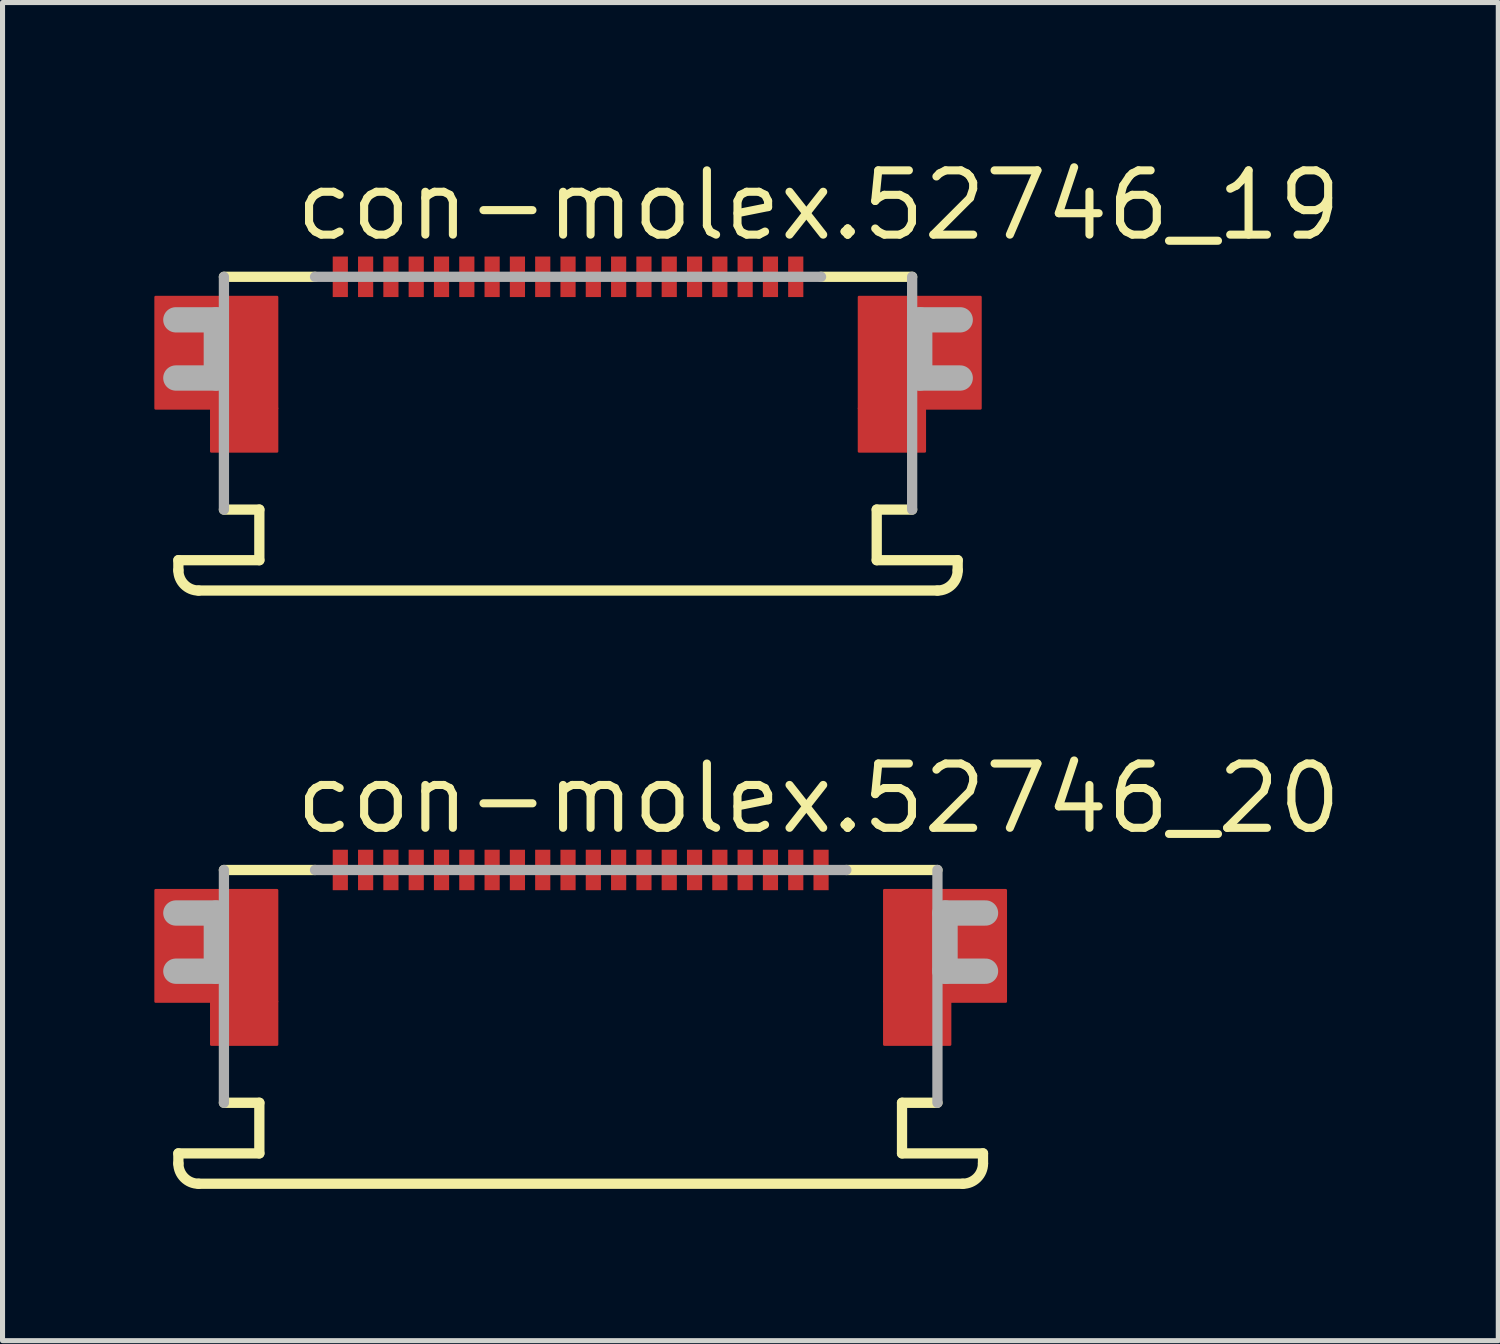
<source format=kicad_pcb>
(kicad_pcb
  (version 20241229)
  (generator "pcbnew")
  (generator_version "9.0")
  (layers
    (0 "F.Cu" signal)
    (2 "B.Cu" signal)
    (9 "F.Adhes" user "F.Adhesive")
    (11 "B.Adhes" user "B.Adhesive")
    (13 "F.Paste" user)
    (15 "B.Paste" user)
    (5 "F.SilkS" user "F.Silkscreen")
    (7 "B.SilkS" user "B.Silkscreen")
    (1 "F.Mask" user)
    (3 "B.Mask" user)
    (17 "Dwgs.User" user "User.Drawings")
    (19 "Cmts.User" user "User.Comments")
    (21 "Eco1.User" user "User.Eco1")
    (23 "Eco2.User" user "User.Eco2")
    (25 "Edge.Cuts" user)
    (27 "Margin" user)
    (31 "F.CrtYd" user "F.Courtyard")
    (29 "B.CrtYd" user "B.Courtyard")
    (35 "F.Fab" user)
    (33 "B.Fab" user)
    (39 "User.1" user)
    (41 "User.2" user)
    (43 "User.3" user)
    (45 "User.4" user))
  (footprint "con-molex.52746_19"
    (layer "F.Cu")
    (at 8.175 3.02)
    (property "Reference" "con-molex.52746_19" (at -5.465 -1.27 0) (layer "F.SilkS") (effects (font (size 1.27 1.27) (thickness 0.16)) (justify left bottom)))
    (attr smd)
    (fp_rect (start -8.15 2) (end -5.75 -0.2) (stroke (width 0.05) (type default)) (fill yes) (layer "F.Cu"))
    (fp_rect (start -7.05 2.85) (end -5.75 2) (stroke (width 0.05) (type default)) (fill yes) (layer "F.Cu"))
    (fp_rect (start 5.75 2) (end 8.15 -0.2) (stroke (width 0.05) (type default)) (fill yes) (layer "F.Cu"))
    (fp_rect (start 5.75 2.85) (end 7.05 2) (stroke (width 0.05) (type default)) (fill yes) (layer "F.Cu"))
    (fp_rect (start -8.15 2) (end -5.75 -0.2) (stroke (width 0.05) (type default)) (fill yes) (layer "F.Mask"))
    (fp_rect (start -7.05 2.85) (end -5.75 2) (stroke (width 0.05) (type default)) (fill yes) (layer "F.Mask"))
    (fp_rect (start -4.675 -0.175) (end -4.325 -1.025) (stroke (width 0.05) (type default)) (fill yes) (layer "F.Mask"))
    (fp_rect (start -4.175 -0.175) (end -3.825 -1.025) (stroke (width 0.05) (type default)) (fill yes) (layer "F.Mask"))
    (fp_rect (start -3.675 -0.175) (end -3.325 -1.025) (stroke (width 0.05) (type default)) (fill yes) (layer "F.Mask"))
    (fp_rect (start -3.175 -0.175) (end -2.825 -1.025) (stroke (width 0.05) (type default)) (fill yes) (layer "F.Mask"))
    (fp_rect (start -2.675 -0.175) (end -2.325 -1.025) (stroke (width 0.05) (type default)) (fill yes) (layer "F.Mask"))
    (fp_rect (start -2.175 -0.175) (end -1.825 -1.025) (stroke (width 0.05) (type default)) (fill yes) (layer "F.Mask"))
    (fp_rect (start -1.675 -0.175) (end -1.325 -1.025) (stroke (width 0.05) (type default)) (fill yes) (layer "F.Mask"))
    (fp_rect (start -1.175 -0.175) (end -0.825 -1.025) (stroke (width 0.05) (type default)) (fill yes) (layer "F.Mask"))
    (fp_rect (start -0.675 -0.175) (end -0.325 -1.025) (stroke (width 0.05) (type default)) (fill yes) (layer "F.Mask"))
    (fp_rect (start -0.175 -0.175) (end 0.175 -1.025) (stroke (width 0.05) (type default)) (fill yes) (layer "F.Mask"))
    (fp_rect (start 0.325 -0.175) (end 0.675 -1.025) (stroke (width 0.05) (type default)) (fill yes) (layer "F.Mask"))
    (fp_rect (start 0.825 -0.175) (end 1.175 -1.025) (stroke (width 0.05) (type default)) (fill yes) (layer "F.Mask"))
    (fp_rect (start 1.325 -0.175) (end 1.675 -1.025) (stroke (width 0.05) (type default)) (fill yes) (layer "F.Mask"))
    (fp_rect (start 1.825 -0.175) (end 2.175 -1.025) (stroke (width 0.05) (type default)) (fill yes) (layer "F.Mask"))
    (fp_rect (start 2.325 -0.175) (end 2.675 -1.025) (stroke (width 0.05) (type default)) (fill yes) (layer "F.Mask"))
    (fp_rect (start 2.825 -0.175) (end 3.175 -1.025) (stroke (width 0.05) (type default)) (fill yes) (layer "F.Mask"))
    (fp_rect (start 3.325 -0.175) (end 3.675 -1.025) (stroke (width 0.05) (type default)) (fill yes) (layer "F.Mask"))
    (fp_rect (start 3.825 -0.175) (end 4.175 -1.025) (stroke (width 0.05) (type default)) (fill yes) (layer "F.Mask"))
    (fp_rect (start 4.325 -0.175) (end 4.675 -1.025) (stroke (width 0.05) (type default)) (fill yes) (layer "F.Mask"))
    (fp_rect (start 5.75 2) (end 8.15 -0.2) (stroke (width 0.05) (type default)) (fill yes) (layer "F.Mask"))
    (fp_rect (start 5.75 2.85) (end 7.05 2) (stroke (width 0.05) (type default)) (fill yes) (layer "F.Mask"))
    (fp_line (start -7.7 5) (end -6.1 5) (stroke (width 0.203) (type default)) (layer "F.SilkS"))
    (fp_line (start -7.7 5.2) (end -7.7 5) (stroke (width 0.203) (type default)) (layer "F.SilkS"))
    (fp_line (start -6.8 -0.6) (end -5 -0.6) (stroke (width 0.203) (type default)) (layer "F.SilkS"))
    (fp_line (start -6.1 4) (end -6.8 4) (stroke (width 0.203) (type default)) (layer "F.SilkS"))
    (fp_line (start -6.1 5) (end -6.1 4) (stroke (width 0.203) (type default)) (layer "F.SilkS"))
    (fp_line (start 5 -0.6) (end 6.8 -0.6) (stroke (width 0.203) (type default)) (layer "F.SilkS"))
    (fp_line (start 6.1 4) (end 6.1 5) (stroke (width 0.203) (type default)) (layer "F.SilkS"))
    (fp_line (start 6.1 5) (end 7.7 5) (stroke (width 0.203) (type default)) (layer "F.SilkS"))
    (fp_line (start 6.8 4) (end 6.1 4) (stroke (width 0.203) (type default)) (layer "F.SilkS"))
    (fp_line (start 7.3 5.6) (end -7.3 5.6) (stroke (width 0.203) (type default)) (layer "F.SilkS"))
    (fp_line (start 7.7 5) (end 7.7 5.2) (stroke (width 0.203) (type default)) (layer "F.SilkS"))
    (fp_arc (start -7.3 5.6) (mid -7.582843 5.482843) (end -7.7 5.2) (stroke (width 0.2032) (type default)) (layer "F.SilkS"))
    (fp_arc (start 7.7 5.2) (mid 7.582843 5.482843) (end 7.3 5.6) (stroke (width 0.2032) (type default)) (layer "F.SilkS"))
    (fp_rect (start -8.025 1.9) (end -5.85 -0.075) (stroke (width 0.05) (type default)) (fill yes) (layer "F.Paste"))
    (fp_rect (start -6.95 2.75) (end -5.85 1.9) (stroke (width 0.05) (type default)) (fill yes) (layer "F.Paste"))
    (fp_rect (start 5.85 1.9) (end 8.025 -0.075) (stroke (width 0.05) (type default)) (fill yes) (layer "F.Paste"))
    (fp_rect (start 5.85 2.75) (end 6.95 1.9) (stroke (width 0.05) (type default)) (fill yes) (layer "F.Paste"))
    (fp_line (start -7.75 0.25) (end -6.95 0.25) (stroke (width 0.5) (type default)) (layer "F.Fab"))
    (fp_line (start -6.95 0.25) (end -6.95 1.4) (stroke (width 0.5) (type default)) (layer "F.Fab"))
    (fp_line (start -6.95 1.4) (end -7.75 1.4) (stroke (width 0.5) (type default)) (layer "F.Fab"))
    (fp_line (start -6.8 4) (end -6.8 -0.6) (stroke (width 0.203) (type default)) (layer "F.Fab"))
    (fp_line (start -5 -0.6) (end 5 -0.6) (stroke (width 0.203) (type default)) (layer "F.Fab"))
    (fp_line (start 6.8 -0.6) (end 6.8 4) (stroke (width 0.203) (type default)) (layer "F.Fab"))
    (fp_line (start 6.95 0.25) (end 7.75 0.25) (stroke (width 0.5) (type default)) (layer "F.Fab"))
    (fp_line (start 6.95 1.4) (end 6.95 0.25) (stroke (width 0.5) (type default)) (layer "F.Fab"))
    (fp_line (start 7.75 1.4) (end 6.95 1.4) (stroke (width 0.5) (type default)) (layer "F.Fab"))
    (pad "1" smd roundrect (at -4.5 -0.6) (size 0.3 0.8) (layers "F.Cu" "F.Mask" "F.Paste") (roundrect_rratio 0.01))
    (pad "2" smd roundrect (at -4 -0.6) (size 0.3 0.8) (layers "F.Cu" "F.Mask" "F.Paste") (roundrect_rratio 0.01))
    (pad "3" smd roundrect (at -3.5 -0.6) (size 0.3 0.8) (layers "F.Cu" "F.Mask" "F.Paste") (roundrect_rratio 0.01))
    (pad "4" smd roundrect (at -3 -0.6) (size 0.3 0.8) (layers "F.Cu" "F.Mask" "F.Paste") (roundrect_rratio 0.01))
    (pad "5" smd roundrect (at -2.5 -0.6) (size 0.3 0.8) (layers "F.Cu" "F.Mask" "F.Paste") (roundrect_rratio 0.01))
    (pad "6" smd roundrect (at -2 -0.6) (size 0.3 0.8) (layers "F.Cu" "F.Mask" "F.Paste") (roundrect_rratio 0.01))
    (pad "7" smd roundrect (at -1.5 -0.6) (size 0.3 0.8) (layers "F.Cu" "F.Mask" "F.Paste") (roundrect_rratio 0.01))
    (pad "8" smd roundrect (at -1 -0.6) (size 0.3 0.8) (layers "F.Cu" "F.Mask" "F.Paste") (roundrect_rratio 0.01))
    (pad "9" smd roundrect (at -0.5 -0.6) (size 0.3 0.8) (layers "F.Cu" "F.Mask" "F.Paste") (roundrect_rratio 0.01))
    (pad "10" smd roundrect (at 0 -0.6) (size 0.3 0.8) (layers "F.Cu" "F.Mask" "F.Paste") (roundrect_rratio 0.01))
    (pad "11" smd roundrect (at 0.5 -0.6) (size 0.3 0.8) (layers "F.Cu" "F.Mask" "F.Paste") (roundrect_rratio 0.01))
    (pad "12" smd roundrect (at 1 -0.6) (size 0.3 0.8) (layers "F.Cu" "F.Mask" "F.Paste") (roundrect_rratio 0.01))
    (pad "13" smd roundrect (at 1.5 -0.6) (size 0.3 0.8) (layers "F.Cu" "F.Mask" "F.Paste") (roundrect_rratio 0.01))
    (pad "14" smd roundrect (at 2 -0.6) (size 0.3 0.8) (layers "F.Cu" "F.Mask" "F.Paste") (roundrect_rratio 0.01))
    (pad "15" smd roundrect (at 2.5 -0.6) (size 0.3 0.8) (layers "F.Cu" "F.Mask" "F.Paste") (roundrect_rratio 0.01))
    (pad "16" smd roundrect (at 3 -0.6) (size 0.3 0.8) (layers "F.Cu" "F.Mask" "F.Paste") (roundrect_rratio 0.01))
    (pad "17" smd roundrect (at 3.5 -0.6) (size 0.3 0.8) (layers "F.Cu" "F.Mask" "F.Paste") (roundrect_rratio 0.01))
    (pad "18" smd roundrect (at 4 -0.6) (size 0.3 0.8) (layers "F.Cu" "F.Mask" "F.Paste") (roundrect_rratio 0.01))
    (pad "19" smd roundrect (at 4.5 -0.6) (size 0.3 0.8) (layers "F.Cu" "F.Mask" "F.Paste") (roundrect_rratio 0.01)))
  (footprint "con-molex.52746_20"
    (layer "F.Cu")
    (at 8.425 14.742)
    (property "Reference" "con-molex.52746_20" (at -5.715 -1.27 0) (layer "F.SilkS") (effects (font (size 1.27 1.27) (thickness 0.16)) (justify left bottom)))
    (attr smd)
    (fp_rect (start -8.4 2) (end -6 -0.2) (stroke (width 0.05) (type default)) (fill yes) (layer "F.Cu"))
    (fp_rect (start -7.3 2.85) (end -6 2) (stroke (width 0.05) (type default)) (fill yes) (layer "F.Cu"))
    (fp_rect (start 6 2) (end 8.4 -0.2) (stroke (width 0.05) (type default)) (fill yes) (layer "F.Cu"))
    (fp_rect (start 6 2.85) (end 7.3 2) (stroke (width 0.05) (type default)) (fill yes) (layer "F.Cu"))
    (fp_rect (start -8.4 2) (end -6 -0.2) (stroke (width 0.05) (type default)) (fill yes) (layer "F.Mask"))
    (fp_rect (start -7.3 2.85) (end -6 2) (stroke (width 0.05) (type default)) (fill yes) (layer "F.Mask"))
    (fp_rect (start -4.925 -0.175) (end -4.575 -1.025) (stroke (width 0.05) (type default)) (fill yes) (layer "F.Mask"))
    (fp_rect (start -4.425 -0.175) (end -4.075 -1.025) (stroke (width 0.05) (type default)) (fill yes) (layer "F.Mask"))
    (fp_rect (start -3.925 -0.175) (end -3.575 -1.025) (stroke (width 0.05) (type default)) (fill yes) (layer "F.Mask"))
    (fp_rect (start -3.425 -0.175) (end -3.075 -1.025) (stroke (width 0.05) (type default)) (fill yes) (layer "F.Mask"))
    (fp_rect (start -2.925 -0.175) (end -2.575 -1.025) (stroke (width 0.05) (type default)) (fill yes) (layer "F.Mask"))
    (fp_rect (start -2.425 -0.175) (end -2.075 -1.025) (stroke (width 0.05) (type default)) (fill yes) (layer "F.Mask"))
    (fp_rect (start -1.925 -0.175) (end -1.575 -1.025) (stroke (width 0.05) (type default)) (fill yes) (layer "F.Mask"))
    (fp_rect (start -1.425 -0.175) (end -1.075 -1.025) (stroke (width 0.05) (type default)) (fill yes) (layer "F.Mask"))
    (fp_rect (start -0.925 -0.175) (end -0.575 -1.025) (stroke (width 0.05) (type default)) (fill yes) (layer "F.Mask"))
    (fp_rect (start -0.425 -0.175) (end -0.075 -1.025) (stroke (width 0.05) (type default)) (fill yes) (layer "F.Mask"))
    (fp_rect (start 0.075 -0.175) (end 0.425 -1.025) (stroke (width 0.05) (type default)) (fill yes) (layer "F.Mask"))
    (fp_rect (start 0.575 -0.175) (end 0.925 -1.025) (stroke (width 0.05) (type default)) (fill yes) (layer "F.Mask"))
    (fp_rect (start 1.075 -0.175) (end 1.425 -1.025) (stroke (width 0.05) (type default)) (fill yes) (layer "F.Mask"))
    (fp_rect (start 1.575 -0.175) (end 1.925 -1.025) (stroke (width 0.05) (type default)) (fill yes) (layer "F.Mask"))
    (fp_rect (start 2.075 -0.175) (end 2.425 -1.025) (stroke (width 0.05) (type default)) (fill yes) (layer "F.Mask"))
    (fp_rect (start 2.575 -0.175) (end 2.925 -1.025) (stroke (width 0.05) (type default)) (fill yes) (layer "F.Mask"))
    (fp_rect (start 3.075 -0.175) (end 3.425 -1.025) (stroke (width 0.05) (type default)) (fill yes) (layer "F.Mask"))
    (fp_rect (start 3.575 -0.175) (end 3.925 -1.025) (stroke (width 0.05) (type default)) (fill yes) (layer "F.Mask"))
    (fp_rect (start 4.075 -0.175) (end 4.425 -1.025) (stroke (width 0.05) (type default)) (fill yes) (layer "F.Mask"))
    (fp_rect (start 4.575 -0.175) (end 4.925 -1.025) (stroke (width 0.05) (type default)) (fill yes) (layer "F.Mask"))
    (fp_rect (start 6 2) (end 8.4 -0.2) (stroke (width 0.05) (type default)) (fill yes) (layer "F.Mask"))
    (fp_rect (start 6 2.85) (end 7.3 2) (stroke (width 0.05) (type default)) (fill yes) (layer "F.Mask"))
    (fp_line (start -7.95 5) (end -6.35 5) (stroke (width 0.203) (type default)) (layer "F.SilkS"))
    (fp_line (start -7.95 5.2) (end -7.95 5) (stroke (width 0.203) (type default)) (layer "F.SilkS"))
    (fp_line (start -7.05 -0.6) (end -5.25 -0.6) (stroke (width 0.203) (type default)) (layer "F.SilkS"))
    (fp_line (start -6.35 4) (end -7.05 4) (stroke (width 0.203) (type default)) (layer "F.SilkS"))
    (fp_line (start -6.35 5) (end -6.35 4) (stroke (width 0.203) (type default)) (layer "F.SilkS"))
    (fp_line (start 5.25 -0.6) (end 7.05 -0.6) (stroke (width 0.203) (type default)) (layer "F.SilkS"))
    (fp_line (start 6.35 4) (end 6.35 5) (stroke (width 0.203) (type default)) (layer "F.SilkS"))
    (fp_line (start 6.35 5) (end 7.95 5) (stroke (width 0.203) (type default)) (layer "F.SilkS"))
    (fp_line (start 7.05 4) (end 6.35 4) (stroke (width 0.203) (type default)) (layer "F.SilkS"))
    (fp_line (start 7.55 5.6) (end -7.55 5.6) (stroke (width 0.203) (type default)) (layer "F.SilkS"))
    (fp_line (start 7.95 5) (end 7.95 5.2) (stroke (width 0.203) (type default)) (layer "F.SilkS"))
    (fp_arc (start -7.55 5.6) (mid -7.832843 5.482843) (end -7.95 5.2) (stroke (width 0.2032) (type default)) (layer "F.SilkS"))
    (fp_arc (start 7.95 5.2) (mid 7.832843 5.482843) (end 7.55 5.6) (stroke (width 0.2032) (type default)) (layer "F.SilkS"))
    (fp_rect (start -8.275 1.9) (end -6.1 -0.075) (stroke (width 0.05) (type default)) (fill yes) (layer "F.Paste"))
    (fp_rect (start -7.2 2.75) (end -6.1 1.9) (stroke (width 0.05) (type default)) (fill yes) (layer "F.Paste"))
    (fp_rect (start 6.1 1.9) (end 8.275 -0.075) (stroke (width 0.05) (type default)) (fill yes) (layer "F.Paste"))
    (fp_rect (start 6.1 2.75) (end 7.2 1.9) (stroke (width 0.05) (type default)) (fill yes) (layer "F.Paste"))
    (fp_line (start -8 0.25) (end -7.2 0.25) (stroke (width 0.5) (type default)) (layer "F.Fab"))
    (fp_line (start -7.2 0.25) (end -7.2 1.4) (stroke (width 0.5) (type default)) (layer "F.Fab"))
    (fp_line (start -7.2 1.4) (end -8 1.4) (stroke (width 0.5) (type default)) (layer "F.Fab"))
    (fp_line (start -7.05 4) (end -7.05 -0.6) (stroke (width 0.203) (type default)) (layer "F.Fab"))
    (fp_line (start -5.25 -0.6) (end 5.25 -0.6) (stroke (width 0.203) (type default)) (layer "F.Fab"))
    (fp_line (start 7.05 -0.6) (end 7.05 4) (stroke (width 0.203) (type default)) (layer "F.Fab"))
    (fp_line (start 7.2 0.25) (end 8 0.25) (stroke (width 0.5) (type default)) (layer "F.Fab"))
    (fp_line (start 7.2 1.4) (end 7.2 0.25) (stroke (width 0.5) (type default)) (layer "F.Fab"))
    (fp_line (start 8 1.4) (end 7.2 1.4) (stroke (width 0.5) (type default)) (layer "F.Fab"))
    (pad "1" smd roundrect (at -4.75 -0.6) (size 0.3 0.8) (layers "F.Cu" "F.Mask" "F.Paste") (roundrect_rratio 0.01))
    (pad "2" smd roundrect (at -4.25 -0.6) (size 0.3 0.8) (layers "F.Cu" "F.Mask" "F.Paste") (roundrect_rratio 0.01))
    (pad "3" smd roundrect (at -3.75 -0.6) (size 0.3 0.8) (layers "F.Cu" "F.Mask" "F.Paste") (roundrect_rratio 0.01))
    (pad "4" smd roundrect (at -3.25 -0.6) (size 0.3 0.8) (layers "F.Cu" "F.Mask" "F.Paste") (roundrect_rratio 0.01))
    (pad "5" smd roundrect (at -2.75 -0.6) (size 0.3 0.8) (layers "F.Cu" "F.Mask" "F.Paste") (roundrect_rratio 0.01))
    (pad "6" smd roundrect (at -2.25 -0.6) (size 0.3 0.8) (layers "F.Cu" "F.Mask" "F.Paste") (roundrect_rratio 0.01))
    (pad "7" smd roundrect (at -1.75 -0.6) (size 0.3 0.8) (layers "F.Cu" "F.Mask" "F.Paste") (roundrect_rratio 0.01))
    (pad "8" smd roundrect (at -1.25 -0.6) (size 0.3 0.8) (layers "F.Cu" "F.Mask" "F.Paste") (roundrect_rratio 0.01))
    (pad "9" smd roundrect (at -0.75 -0.6) (size 0.3 0.8) (layers "F.Cu" "F.Mask" "F.Paste") (roundrect_rratio 0.01))
    (pad "10" smd roundrect (at -0.25 -0.6) (size 0.3 0.8) (layers "F.Cu" "F.Mask" "F.Paste") (roundrect_rratio 0.01))
    (pad "11" smd roundrect (at 0.25 -0.6) (size 0.3 0.8) (layers "F.Cu" "F.Mask" "F.Paste") (roundrect_rratio 0.01))
    (pad "12" smd roundrect (at 0.75 -0.6) (size 0.3 0.8) (layers "F.Cu" "F.Mask" "F.Paste") (roundrect_rratio 0.01))
    (pad "13" smd roundrect (at 1.25 -0.6) (size 0.3 0.8) (layers "F.Cu" "F.Mask" "F.Paste") (roundrect_rratio 0.01))
    (pad "14" smd roundrect (at 1.75 -0.6) (size 0.3 0.8) (layers "F.Cu" "F.Mask" "F.Paste") (roundrect_rratio 0.01))
    (pad "15" smd roundrect (at 2.25 -0.6) (size 0.3 0.8) (layers "F.Cu" "F.Mask" "F.Paste") (roundrect_rratio 0.01))
    (pad "16" smd roundrect (at 2.75 -0.6) (size 0.3 0.8) (layers "F.Cu" "F.Mask" "F.Paste") (roundrect_rratio 0.01))
    (pad "17" smd roundrect (at 3.25 -0.6) (size 0.3 0.8) (layers "F.Cu" "F.Mask" "F.Paste") (roundrect_rratio 0.01))
    (pad "18" smd roundrect (at 3.75 -0.6) (size 0.3 0.8) (layers "F.Cu" "F.Mask" "F.Paste") (roundrect_rratio 0.01))
    (pad "19" smd roundrect (at 4.25 -0.6) (size 0.3 0.8) (layers "F.Cu" "F.Mask" "F.Paste") (roundrect_rratio 0.01))
    (pad "20" smd roundrect (at 4.75 -0.6) (size 0.3 0.8) (layers "F.Cu" "F.Mask" "F.Paste") (roundrect_rratio 0.01)))
  (gr_rect
    (start -3 -3)
    (end 26.558 23.443)
    (stroke (width 0.1) (type default))
    (fill no)
    (layer "Edge.Cuts")))
</source>
